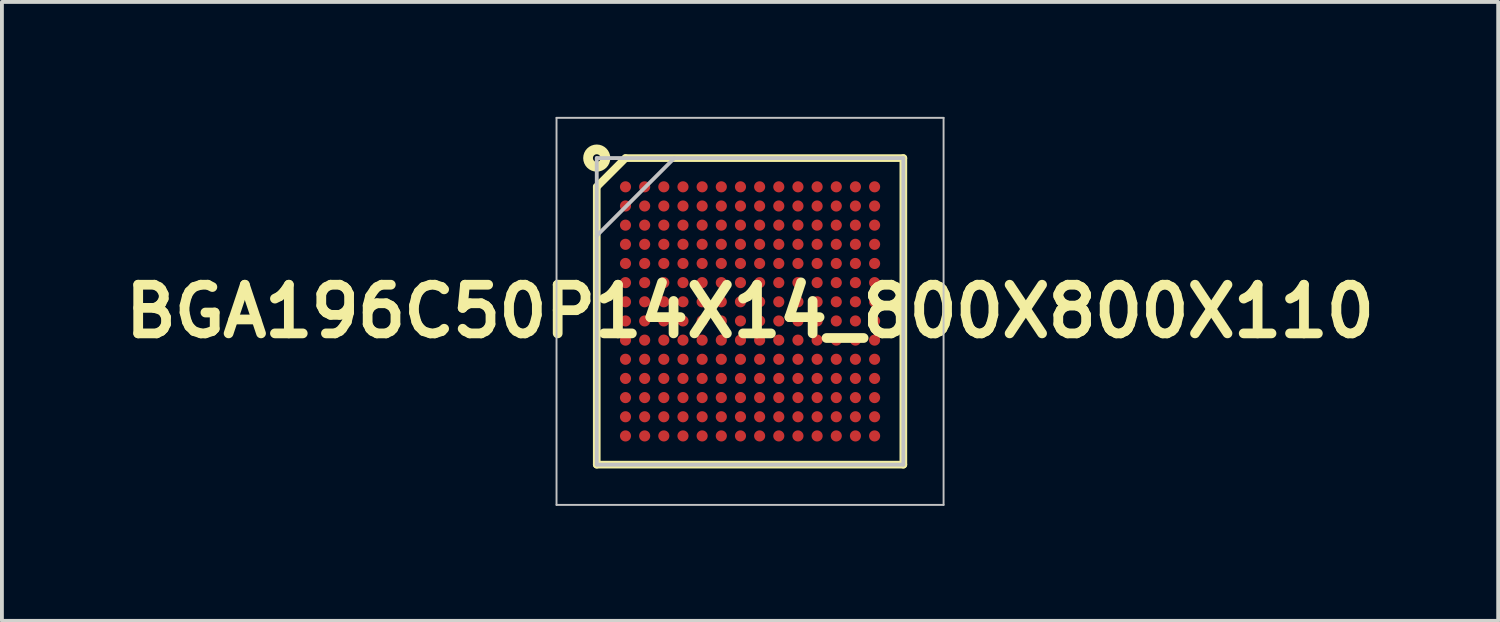
<source format=kicad_pcb>
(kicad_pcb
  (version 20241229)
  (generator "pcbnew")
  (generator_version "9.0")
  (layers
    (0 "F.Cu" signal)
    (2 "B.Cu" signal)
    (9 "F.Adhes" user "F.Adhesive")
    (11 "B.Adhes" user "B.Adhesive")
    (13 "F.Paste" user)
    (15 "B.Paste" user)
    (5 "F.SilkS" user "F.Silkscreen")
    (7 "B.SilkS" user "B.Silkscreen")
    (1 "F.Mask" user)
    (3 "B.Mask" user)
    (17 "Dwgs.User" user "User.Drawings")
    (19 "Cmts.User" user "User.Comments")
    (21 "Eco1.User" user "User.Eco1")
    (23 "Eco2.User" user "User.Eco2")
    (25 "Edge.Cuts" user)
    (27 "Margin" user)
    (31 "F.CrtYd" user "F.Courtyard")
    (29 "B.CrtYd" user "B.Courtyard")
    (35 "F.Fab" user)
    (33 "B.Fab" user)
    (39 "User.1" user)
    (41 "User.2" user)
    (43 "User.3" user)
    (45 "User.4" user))
  (footprint "BGA196C50P14X14_800X800X110"
    (layer "F.Cu")
    (at 16.522 5.075)
    (property "Reference" "BGA196C50P14X14_800X800X110" (at 0 0 0) (unlocked yes) (layer "F.SilkS") (effects (font (size 1.27 1.27) (thickness 0.254))))
    (attr smd)
    (fp_line (start -4 -3.25) (end -3.25 -4) (stroke (width 0.2) (type solid)) (layer "F.SilkS"))
    (fp_line (start -4 4) (end -4 -3.25) (stroke (width 0.2) (type solid)) (layer "F.SilkS"))
    (fp_line (start -3.25 -4) (end 4 -4) (stroke (width 0.2) (type solid)) (layer "F.SilkS"))
    (fp_line (start 4 -4) (end 4 4) (stroke (width 0.2) (type solid)) (layer "F.SilkS"))
    (fp_line (start 4 4) (end -4 4) (stroke (width 0.2) (type solid)) (layer "F.SilkS"))
    (fp_circle (center -4 -4) (end -3.9 -4) (stroke (width 0.254) (type solid)) (fill no) (layer "F.SilkS"))
    (fp_line (start -5.05 -5.05) (end 5.05 -5.05) (stroke (width 0.05) (type solid)) (layer "Dwgs.User"))
    (fp_line (start -5.05 5.05) (end -5.05 -5.05) (stroke (width 0.05) (type solid)) (layer "Dwgs.User"))
    (fp_line (start -4 -4) (end 4 -4) (stroke (width 0.1) (type solid)) (layer "Dwgs.User"))
    (fp_line (start -4 -1.975) (end -1.975 -4) (stroke (width 0.1) (type solid)) (layer "Dwgs.User"))
    (fp_line (start -4 4) (end -4 -4) (stroke (width 0.1) (type solid)) (layer "Dwgs.User"))
    (fp_line (start 4 -4) (end 4 4) (stroke (width 0.1) (type solid)) (layer "Dwgs.User"))
    (fp_line (start 4 4) (end -4 4) (stroke (width 0.1) (type solid)) (layer "Dwgs.User"))
    (fp_line (start 5.05 -5.05) (end 5.05 5.05) (stroke (width 0.05) (type solid)) (layer "Dwgs.User"))
    (fp_line (start 5.05 5.05) (end -5.05 5.05) (stroke (width 0.05) (type solid)) (layer "Dwgs.User"))
    (pad "A1" smd circle (at -3.25 -3.25 90) (size 0.29 0.29) (layers "F.Cu" "F.Mask" "F.Paste"))
    (pad "A2" smd circle (at -2.75 -3.25 90) (size 0.29 0.29) (layers "F.Cu" "F.Mask" "F.Paste"))
    (pad "A3" smd circle (at -2.25 -3.25 90) (size 0.29 0.29) (layers "F.Cu" "F.Mask" "F.Paste"))
    (pad "A4" smd circle (at -1.75 -3.25 90) (size 0.29 0.29) (layers "F.Cu" "F.Mask" "F.Paste"))
    (pad "A5" smd circle (at -1.25 -3.25 90) (size 0.29 0.29) (layers "F.Cu" "F.Mask" "F.Paste"))
    (pad "A6" smd circle (at -0.75 -3.25 90) (size 0.29 0.29) (layers "F.Cu" "F.Mask" "F.Paste"))
    (pad "A7" smd circle (at -0.25 -3.25 90) (size 0.29 0.29) (layers "F.Cu" "F.Mask" "F.Paste"))
    (pad "A8" smd circle (at 0.25 -3.25 90) (size 0.29 0.29) (layers "F.Cu" "F.Mask" "F.Paste"))
    (pad "A9" smd circle (at 0.75 -3.25 90) (size 0.29 0.29) (layers "F.Cu" "F.Mask" "F.Paste"))
    (pad "A10" smd circle (at 1.25 -3.25 90) (size 0.29 0.29) (layers "F.Cu" "F.Mask" "F.Paste"))
    (pad "A11" smd circle (at 1.75 -3.25 90) (size 0.29 0.29) (layers "F.Cu" "F.Mask" "F.Paste"))
    (pad "A12" smd circle (at 2.25 -3.25 90) (size 0.29 0.29) (layers "F.Cu" "F.Mask" "F.Paste"))
    (pad "A13" smd circle (at 2.75 -3.25 90) (size 0.29 0.29) (layers "F.Cu" "F.Mask" "F.Paste"))
    (pad "A14" smd circle (at 3.25 -3.25 90) (size 0.29 0.29) (layers "F.Cu" "F.Mask" "F.Paste"))
    (pad "B1" smd circle (at -3.25 -2.75 90) (size 0.29 0.29) (layers "F.Cu" "F.Mask" "F.Paste"))
    (pad "B2" smd circle (at -2.75 -2.75 90) (size 0.29 0.29) (layers "F.Cu" "F.Mask" "F.Paste"))
    (pad "B3" smd circle (at -2.25 -2.75 90) (size 0.29 0.29) (layers "F.Cu" "F.Mask" "F.Paste"))
    (pad "B4" smd circle (at -1.75 -2.75 90) (size 0.29 0.29) (layers "F.Cu" "F.Mask" "F.Paste"))
    (pad "B5" smd circle (at -1.25 -2.75 90) (size 0.29 0.29) (layers "F.Cu" "F.Mask" "F.Paste"))
    (pad "B6" smd circle (at -0.75 -2.75 90) (size 0.29 0.29) (layers "F.Cu" "F.Mask" "F.Paste"))
    (pad "B7" smd circle (at -0.25 -2.75 90) (size 0.29 0.29) (layers "F.Cu" "F.Mask" "F.Paste"))
    (pad "B8" smd circle (at 0.25 -2.75 90) (size 0.29 0.29) (layers "F.Cu" "F.Mask" "F.Paste"))
    (pad "B9" smd circle (at 0.75 -2.75 90) (size 0.29 0.29) (layers "F.Cu" "F.Mask" "F.Paste"))
    (pad "B10" smd circle (at 1.25 -2.75 90) (size 0.29 0.29) (layers "F.Cu" "F.Mask" "F.Paste"))
    (pad "B11" smd circle (at 1.75 -2.75 90) (size 0.29 0.29) (layers "F.Cu" "F.Mask" "F.Paste"))
    (pad "B12" smd circle (at 2.25 -2.75 90) (size 0.29 0.29) (layers "F.Cu" "F.Mask" "F.Paste"))
    (pad "B13" smd circle (at 2.75 -2.75 90) (size 0.29 0.29) (layers "F.Cu" "F.Mask" "F.Paste"))
    (pad "B14" smd circle (at 3.25 -2.75 90) (size 0.29 0.29) (layers "F.Cu" "F.Mask" "F.Paste"))
    (pad "C1" smd circle (at -3.25 -2.25 90) (size 0.29 0.29) (layers "F.Cu" "F.Mask" "F.Paste"))
    (pad "C2" smd circle (at -2.75 -2.25 90) (size 0.29 0.29) (layers "F.Cu" "F.Mask" "F.Paste"))
    (pad "C3" smd circle (at -2.25 -2.25 90) (size 0.29 0.29) (layers "F.Cu" "F.Mask" "F.Paste"))
    (pad "C4" smd circle (at -1.75 -2.25 90) (size 0.29 0.29) (layers "F.Cu" "F.Mask" "F.Paste"))
    (pad "C5" smd circle (at -1.25 -2.25 90) (size 0.29 0.29) (layers "F.Cu" "F.Mask" "F.Paste"))
    (pad "C6" smd circle (at -0.75 -2.25 90) (size 0.29 0.29) (layers "F.Cu" "F.Mask" "F.Paste"))
    (pad "C7" smd circle (at -0.25 -2.25 90) (size 0.29 0.29) (layers "F.Cu" "F.Mask" "F.Paste"))
    (pad "C8" smd circle (at 0.25 -2.25 90) (size 0.29 0.29) (layers "F.Cu" "F.Mask" "F.Paste"))
    (pad "C9" smd circle (at 0.75 -2.25 90) (size 0.29 0.29) (layers "F.Cu" "F.Mask" "F.Paste"))
    (pad "C10" smd circle (at 1.25 -2.25 90) (size 0.29 0.29) (layers "F.Cu" "F.Mask" "F.Paste"))
    (pad "C11" smd circle (at 1.75 -2.25 90) (size 0.29 0.29) (layers "F.Cu" "F.Mask" "F.Paste"))
    (pad "C12" smd circle (at 2.25 -2.25 90) (size 0.29 0.29) (layers "F.Cu" "F.Mask" "F.Paste"))
    (pad "C13" smd circle (at 2.75 -2.25 90) (size 0.29 0.29) (layers "F.Cu" "F.Mask" "F.Paste"))
    (pad "C14" smd circle (at 3.25 -2.25 90) (size 0.29 0.29) (layers "F.Cu" "F.Mask" "F.Paste"))
    (pad "D1" smd circle (at -3.25 -1.75 90) (size 0.29 0.29) (layers "F.Cu" "F.Mask" "F.Paste"))
    (pad "D2" smd circle (at -2.75 -1.75 90) (size 0.29 0.29) (layers "F.Cu" "F.Mask" "F.Paste"))
    (pad "D3" smd circle (at -2.25 -1.75 90) (size 0.29 0.29) (layers "F.Cu" "F.Mask" "F.Paste"))
    (pad "D4" smd circle (at -1.75 -1.75 90) (size 0.29 0.29) (layers "F.Cu" "F.Mask" "F.Paste"))
    (pad "D5" smd circle (at -1.25 -1.75 90) (size 0.29 0.29) (layers "F.Cu" "F.Mask" "F.Paste"))
    (pad "D6" smd circle (at -0.75 -1.75 90) (size 0.29 0.29) (layers "F.Cu" "F.Mask" "F.Paste"))
    (pad "D7" smd circle (at -0.25 -1.75 90) (size 0.29 0.29) (layers "F.Cu" "F.Mask" "F.Paste"))
    (pad "D8" smd circle (at 0.25 -1.75 90) (size 0.29 0.29) (layers "F.Cu" "F.Mask" "F.Paste"))
    (pad "D9" smd circle (at 0.75 -1.75 90) (size 0.29 0.29) (layers "F.Cu" "F.Mask" "F.Paste"))
    (pad "D10" smd circle (at 1.25 -1.75 90) (size 0.29 0.29) (layers "F.Cu" "F.Mask" "F.Paste"))
    (pad "D11" smd circle (at 1.75 -1.75 90) (size 0.29 0.29) (layers "F.Cu" "F.Mask" "F.Paste"))
    (pad "D12" smd circle (at 2.25 -1.75 90) (size 0.29 0.29) (layers "F.Cu" "F.Mask" "F.Paste"))
    (pad "D13" smd circle (at 2.75 -1.75 90) (size 0.29 0.29) (layers "F.Cu" "F.Mask" "F.Paste"))
    (pad "D14" smd circle (at 3.25 -1.75 90) (size 0.29 0.29) (layers "F.Cu" "F.Mask" "F.Paste"))
    (pad "E1" smd circle (at -3.25 -1.25 90) (size 0.29 0.29) (layers "F.Cu" "F.Mask" "F.Paste"))
    (pad "E2" smd circle (at -2.75 -1.25 90) (size 0.29 0.29) (layers "F.Cu" "F.Mask" "F.Paste"))
    (pad "E3" smd circle (at -2.25 -1.25 90) (size 0.29 0.29) (layers "F.Cu" "F.Mask" "F.Paste"))
    (pad "E4" smd circle (at -1.75 -1.25 90) (size 0.29 0.29) (layers "F.Cu" "F.Mask" "F.Paste"))
    (pad "E5" smd circle (at -1.25 -1.25 90) (size 0.29 0.29) (layers "F.Cu" "F.Mask" "F.Paste"))
    (pad "E6" smd circle (at -0.75 -1.25 90) (size 0.29 0.29) (layers "F.Cu" "F.Mask" "F.Paste"))
    (pad "E7" smd circle (at -0.25 -1.25 90) (size 0.29 0.29) (layers "F.Cu" "F.Mask" "F.Paste"))
    (pad "E8" smd circle (at 0.25 -1.25 90) (size 0.29 0.29) (layers "F.Cu" "F.Mask" "F.Paste"))
    (pad "E9" smd circle (at 0.75 -1.25 90) (size 0.29 0.29) (layers "F.Cu" "F.Mask" "F.Paste"))
    (pad "E10" smd circle (at 1.25 -1.25 90) (size 0.29 0.29) (layers "F.Cu" "F.Mask" "F.Paste"))
    (pad "E11" smd circle (at 1.75 -1.25 90) (size 0.29 0.29) (layers "F.Cu" "F.Mask" "F.Paste"))
    (pad "E12" smd circle (at 2.25 -1.25 90) (size 0.29 0.29) (layers "F.Cu" "F.Mask" "F.Paste"))
    (pad "E13" smd circle (at 2.75 -1.25 90) (size 0.29 0.29) (layers "F.Cu" "F.Mask" "F.Paste"))
    (pad "E14" smd circle (at 3.25 -1.25 90) (size 0.29 0.29) (layers "F.Cu" "F.Mask" "F.Paste"))
    (pad "F1" smd circle (at -3.25 -0.75 90) (size 0.29 0.29) (layers "F.Cu" "F.Mask" "F.Paste"))
    (pad "F2" smd circle (at -2.75 -0.75 90) (size 0.29 0.29) (layers "F.Cu" "F.Mask" "F.Paste"))
    (pad "F3" smd circle (at -2.25 -0.75 90) (size 0.29 0.29) (layers "F.Cu" "F.Mask" "F.Paste"))
    (pad "F4" smd circle (at -1.75 -0.75 90) (size 0.29 0.29) (layers "F.Cu" "F.Mask" "F.Paste"))
    (pad "F5" smd circle (at -1.25 -0.75 90) (size 0.29 0.29) (layers "F.Cu" "F.Mask" "F.Paste"))
    (pad "F6" smd circle (at -0.75 -0.75 90) (size 0.29 0.29) (layers "F.Cu" "F.Mask" "F.Paste"))
    (pad "F7" smd circle (at -0.25 -0.75 90) (size 0.29 0.29) (layers "F.Cu" "F.Mask" "F.Paste"))
    (pad "F8" smd circle (at 0.25 -0.75 90) (size 0.29 0.29) (layers "F.Cu" "F.Mask" "F.Paste"))
    (pad "F9" smd circle (at 0.75 -0.75 90) (size 0.29 0.29) (layers "F.Cu" "F.Mask" "F.Paste"))
    (pad "F10" smd circle (at 1.25 -0.75 90) (size 0.29 0.29) (layers "F.Cu" "F.Mask" "F.Paste"))
    (pad "F11" smd circle (at 1.75 -0.75 90) (size 0.29 0.29) (layers "F.Cu" "F.Mask" "F.Paste"))
    (pad "F12" smd circle (at 2.25 -0.75 90) (size 0.29 0.29) (layers "F.Cu" "F.Mask" "F.Paste"))
    (pad "F13" smd circle (at 2.75 -0.75 90) (size 0.29 0.29) (layers "F.Cu" "F.Mask" "F.Paste"))
    (pad "F14" smd circle (at 3.25 -0.75 90) (size 0.29 0.29) (layers "F.Cu" "F.Mask" "F.Paste"))
    (pad "G1" smd circle (at -3.25 -0.25 90) (size 0.29 0.29) (layers "F.Cu" "F.Mask" "F.Paste"))
    (pad "G2" smd circle (at -2.75 -0.25 90) (size 0.29 0.29) (layers "F.Cu" "F.Mask" "F.Paste"))
    (pad "G3" smd circle (at -2.25 -0.25 90) (size 0.29 0.29) (layers "F.Cu" "F.Mask" "F.Paste"))
    (pad "G4" smd circle (at -1.75 -0.25 90) (size 0.29 0.29) (layers "F.Cu" "F.Mask" "F.Paste"))
    (pad "G5" smd circle (at -1.25 -0.25 90) (size 0.29 0.29) (layers "F.Cu" "F.Mask" "F.Paste"))
    (pad "G6" smd circle (at -0.75 -0.25 90) (size 0.29 0.29) (layers "F.Cu" "F.Mask" "F.Paste"))
    (pad "G7" smd circle (at -0.25 -0.25 90) (size 0.29 0.29) (layers "F.Cu" "F.Mask" "F.Paste"))
    (pad "G8" smd circle (at 0.25 -0.25 90) (size 0.29 0.29) (layers "F.Cu" "F.Mask" "F.Paste"))
    (pad "G9" smd circle (at 0.75 -0.25 90) (size 0.29 0.29) (layers "F.Cu" "F.Mask" "F.Paste"))
    (pad "G10" smd circle (at 1.25 -0.25 90) (size 0.29 0.29) (layers "F.Cu" "F.Mask" "F.Paste"))
    (pad "G11" smd circle (at 1.75 -0.25 90) (size 0.29 0.29) (layers "F.Cu" "F.Mask" "F.Paste"))
    (pad "G12" smd circle (at 2.25 -0.25 90) (size 0.29 0.29) (layers "F.Cu" "F.Mask" "F.Paste"))
    (pad "G13" smd circle (at 2.75 -0.25 90) (size 0.29 0.29) (layers "F.Cu" "F.Mask" "F.Paste"))
    (pad "G14" smd circle (at 3.25 -0.25 90) (size 0.29 0.29) (layers "F.Cu" "F.Mask" "F.Paste"))
    (pad "H1" smd circle (at -3.25 0.25 90) (size 0.29 0.29) (layers "F.Cu" "F.Mask" "F.Paste"))
    (pad "H2" smd circle (at -2.75 0.25 90) (size 0.29 0.29) (layers "F.Cu" "F.Mask" "F.Paste"))
    (pad "H3" smd circle (at -2.25 0.25 90) (size 0.29 0.29) (layers "F.Cu" "F.Mask" "F.Paste"))
    (pad "H4" smd circle (at -1.75 0.25 90) (size 0.29 0.29) (layers "F.Cu" "F.Mask" "F.Paste"))
    (pad "H5" smd circle (at -1.25 0.25 90) (size 0.29 0.29) (layers "F.Cu" "F.Mask" "F.Paste"))
    (pad "H6" smd circle (at -0.75 0.25 90) (size 0.29 0.29) (layers "F.Cu" "F.Mask" "F.Paste"))
    (pad "H7" smd circle (at -0.25 0.25 90) (size 0.29 0.29) (layers "F.Cu" "F.Mask" "F.Paste"))
    (pad "H8" smd circle (at 0.25 0.25 90) (size 0.29 0.29) (layers "F.Cu" "F.Mask" "F.Paste"))
    (pad "H9" smd circle (at 0.75 0.25 90) (size 0.29 0.29) (layers "F.Cu" "F.Mask" "F.Paste"))
    (pad "H10" smd circle (at 1.25 0.25 90) (size 0.29 0.29) (layers "F.Cu" "F.Mask" "F.Paste"))
    (pad "H11" smd circle (at 1.75 0.25 90) (size 0.29 0.29) (layers "F.Cu" "F.Mask" "F.Paste"))
    (pad "H12" smd circle (at 2.25 0.25 90) (size 0.29 0.29) (layers "F.Cu" "F.Mask" "F.Paste"))
    (pad "H13" smd circle (at 2.75 0.25 90) (size 0.29 0.29) (layers "F.Cu" "F.Mask" "F.Paste"))
    (pad "H14" smd circle (at 3.25 0.25 90) (size 0.29 0.29) (layers "F.Cu" "F.Mask" "F.Paste"))
    (pad "J1" smd circle (at -3.25 0.75 90) (size 0.29 0.29) (layers "F.Cu" "F.Mask" "F.Paste"))
    (pad "J2" smd circle (at -2.75 0.75 90) (size 0.29 0.29) (layers "F.Cu" "F.Mask" "F.Paste"))
    (pad "J3" smd circle (at -2.25 0.75 90) (size 0.29 0.29) (layers "F.Cu" "F.Mask" "F.Paste"))
    (pad "J4" smd circle (at -1.75 0.75 90) (size 0.29 0.29) (layers "F.Cu" "F.Mask" "F.Paste"))
    (pad "J5" smd circle (at -1.25 0.75 90) (size 0.29 0.29) (layers "F.Cu" "F.Mask" "F.Paste"))
    (pad "J6" smd circle (at -0.75 0.75 90) (size 0.29 0.29) (layers "F.Cu" "F.Mask" "F.Paste"))
    (pad "J7" smd circle (at -0.25 0.75 90) (size 0.29 0.29) (layers "F.Cu" "F.Mask" "F.Paste"))
    (pad "J8" smd circle (at 0.25 0.75 90) (size 0.29 0.29) (layers "F.Cu" "F.Mask" "F.Paste"))
    (pad "J9" smd circle (at 0.75 0.75 90) (size 0.29 0.29) (layers "F.Cu" "F.Mask" "F.Paste"))
    (pad "J10" smd circle (at 1.25 0.75 90) (size 0.29 0.29) (layers "F.Cu" "F.Mask" "F.Paste"))
    (pad "J11" smd circle (at 1.75 0.75 90) (size 0.29 0.29) (layers "F.Cu" "F.Mask" "F.Paste"))
    (pad "J12" smd circle (at 2.25 0.75 90) (size 0.29 0.29) (layers "F.Cu" "F.Mask" "F.Paste"))
    (pad "J13" smd circle (at 2.75 0.75 90) (size 0.29 0.29) (layers "F.Cu" "F.Mask" "F.Paste"))
    (pad "J14" smd circle (at 3.25 0.75 90) (size 0.29 0.29) (layers "F.Cu" "F.Mask" "F.Paste"))
    (pad "K1" smd circle (at -3.25 1.25 90) (size 0.29 0.29) (layers "F.Cu" "F.Mask" "F.Paste"))
    (pad "K2" smd circle (at -2.75 1.25 90) (size 0.29 0.29) (layers "F.Cu" "F.Mask" "F.Paste"))
    (pad "K3" smd circle (at -2.25 1.25 90) (size 0.29 0.29) (layers "F.Cu" "F.Mask" "F.Paste"))
    (pad "K4" smd circle (at -1.75 1.25 90) (size 0.29 0.29) (layers "F.Cu" "F.Mask" "F.Paste"))
    (pad "K5" smd circle (at -1.25 1.25 90) (size 0.29 0.29) (layers "F.Cu" "F.Mask" "F.Paste"))
    (pad "K6" smd circle (at -0.75 1.25 90) (size 0.29 0.29) (layers "F.Cu" "F.Mask" "F.Paste"))
    (pad "K7" smd circle (at -0.25 1.25 90) (size 0.29 0.29) (layers "F.Cu" "F.Mask" "F.Paste"))
    (pad "K8" smd circle (at 0.25 1.25 90) (size 0.29 0.29) (layers "F.Cu" "F.Mask" "F.Paste"))
    (pad "K9" smd circle (at 0.75 1.25 90) (size 0.29 0.29) (layers "F.Cu" "F.Mask" "F.Paste"))
    (pad "K10" smd circle (at 1.25 1.25 90) (size 0.29 0.29) (layers "F.Cu" "F.Mask" "F.Paste"))
    (pad "K11" smd circle (at 1.75 1.25 90) (size 0.29 0.29) (layers "F.Cu" "F.Mask" "F.Paste"))
    (pad "K12" smd circle (at 2.25 1.25 90) (size 0.29 0.29) (layers "F.Cu" "F.Mask" "F.Paste"))
    (pad "K13" smd circle (at 2.75 1.25 90) (size 0.29 0.29) (layers "F.Cu" "F.Mask" "F.Paste"))
    (pad "K14" smd circle (at 3.25 1.25 90) (size 0.29 0.29) (layers "F.Cu" "F.Mask" "F.Paste"))
    (pad "L1" smd circle (at -3.25 1.75 90) (size 0.29 0.29) (layers "F.Cu" "F.Mask" "F.Paste"))
    (pad "L2" smd circle (at -2.75 1.75 90) (size 0.29 0.29) (layers "F.Cu" "F.Mask" "F.Paste"))
    (pad "L3" smd circle (at -2.25 1.75 90) (size 0.29 0.29) (layers "F.Cu" "F.Mask" "F.Paste"))
    (pad "L4" smd circle (at -1.75 1.75 90) (size 0.29 0.29) (layers "F.Cu" "F.Mask" "F.Paste"))
    (pad "L5" smd circle (at -1.25 1.75 90) (size 0.29 0.29) (layers "F.Cu" "F.Mask" "F.Paste"))
    (pad "L6" smd circle (at -0.75 1.75 90) (size 0.29 0.29) (layers "F.Cu" "F.Mask" "F.Paste"))
    (pad "L7" smd circle (at -0.25 1.75 90) (size 0.29 0.29) (layers "F.Cu" "F.Mask" "F.Paste"))
    (pad "L8" smd circle (at 0.25 1.75 90) (size 0.29 0.29) (layers "F.Cu" "F.Mask" "F.Paste"))
    (pad "L9" smd circle (at 0.75 1.75 90) (size 0.29 0.29) (layers "F.Cu" "F.Mask" "F.Paste"))
    (pad "L10" smd circle (at 1.25 1.75 90) (size 0.29 0.29) (layers "F.Cu" "F.Mask" "F.Paste"))
    (pad "L11" smd circle (at 1.75 1.75 90) (size 0.29 0.29) (layers "F.Cu" "F.Mask" "F.Paste"))
    (pad "L12" smd circle (at 2.25 1.75 90) (size 0.29 0.29) (layers "F.Cu" "F.Mask" "F.Paste"))
    (pad "L13" smd circle (at 2.75 1.75 90) (size 0.29 0.29) (layers "F.Cu" "F.Mask" "F.Paste"))
    (pad "L14" smd circle (at 3.25 1.75 90) (size 0.29 0.29) (layers "F.Cu" "F.Mask" "F.Paste"))
    (pad "M1" smd circle (at -3.25 2.25 90) (size 0.29 0.29) (layers "F.Cu" "F.Mask" "F.Paste"))
    (pad "M2" smd circle (at -2.75 2.25 90) (size 0.29 0.29) (layers "F.Cu" "F.Mask" "F.Paste"))
    (pad "M3" smd circle (at -2.25 2.25 90) (size 0.29 0.29) (layers "F.Cu" "F.Mask" "F.Paste"))
    (pad "M4" smd circle (at -1.75 2.25 90) (size 0.29 0.29) (layers "F.Cu" "F.Mask" "F.Paste"))
    (pad "M5" smd circle (at -1.25 2.25 90) (size 0.29 0.29) (layers "F.Cu" "F.Mask" "F.Paste"))
    (pad "M6" smd circle (at -0.75 2.25 90) (size 0.29 0.29) (layers "F.Cu" "F.Mask" "F.Paste"))
    (pad "M7" smd circle (at -0.25 2.25 90) (size 0.29 0.29) (layers "F.Cu" "F.Mask" "F.Paste"))
    (pad "M8" smd circle (at 0.25 2.25 90) (size 0.29 0.29) (layers "F.Cu" "F.Mask" "F.Paste"))
    (pad "M9" smd circle (at 0.75 2.25 90) (size 0.29 0.29) (layers "F.Cu" "F.Mask" "F.Paste"))
    (pad "M10" smd circle (at 1.25 2.25 90) (size 0.29 0.29) (layers "F.Cu" "F.Mask" "F.Paste"))
    (pad "M11" smd circle (at 1.75 2.25 90) (size 0.29 0.29) (layers "F.Cu" "F.Mask" "F.Paste"))
    (pad "M12" smd circle (at 2.25 2.25 90) (size 0.29 0.29) (layers "F.Cu" "F.Mask" "F.Paste"))
    (pad "M13" smd circle (at 2.75 2.25 90) (size 0.29 0.29) (layers "F.Cu" "F.Mask" "F.Paste"))
    (pad "M14" smd circle (at 3.25 2.25 90) (size 0.29 0.29) (layers "F.Cu" "F.Mask" "F.Paste"))
    (pad "N1" smd circle (at -3.25 2.75 90) (size 0.29 0.29) (layers "F.Cu" "F.Mask" "F.Paste"))
    (pad "N2" smd circle (at -2.75 2.75 90) (size 0.29 0.29) (layers "F.Cu" "F.Mask" "F.Paste"))
    (pad "N3" smd circle (at -2.25 2.75 90) (size 0.29 0.29) (layers "F.Cu" "F.Mask" "F.Paste"))
    (pad "N4" smd circle (at -1.75 2.75 90) (size 0.29 0.29) (layers "F.Cu" "F.Mask" "F.Paste"))
    (pad "N5" smd circle (at -1.25 2.75 90) (size 0.29 0.29) (layers "F.Cu" "F.Mask" "F.Paste"))
    (pad "N6" smd circle (at -0.75 2.75 90) (size 0.29 0.29) (layers "F.Cu" "F.Mask" "F.Paste"))
    (pad "N7" smd circle (at -0.25 2.75 90) (size 0.29 0.29) (layers "F.Cu" "F.Mask" "F.Paste"))
    (pad "N8" smd circle (at 0.25 2.75 90) (size 0.29 0.29) (layers "F.Cu" "F.Mask" "F.Paste"))
    (pad "N9" smd circle (at 0.75 2.75 90) (size 0.29 0.29) (layers "F.Cu" "F.Mask" "F.Paste"))
    (pad "N10" smd circle (at 1.25 2.75 90) (size 0.29 0.29) (layers "F.Cu" "F.Mask" "F.Paste"))
    (pad "N11" smd circle (at 1.75 2.75 90) (size 0.29 0.29) (layers "F.Cu" "F.Mask" "F.Paste"))
    (pad "N12" smd circle (at 2.25 2.75 90) (size 0.29 0.29) (layers "F.Cu" "F.Mask" "F.Paste"))
    (pad "N13" smd circle (at 2.75 2.75 90) (size 0.29 0.29) (layers "F.Cu" "F.Mask" "F.Paste"))
    (pad "N14" smd circle (at 3.25 2.75 90) (size 0.29 0.29) (layers "F.Cu" "F.Mask" "F.Paste"))
    (pad "P1" smd circle (at -3.25 3.25 90) (size 0.29 0.29) (layers "F.Cu" "F.Mask" "F.Paste"))
    (pad "P2" smd circle (at -2.75 3.25 90) (size 0.29 0.29) (layers "F.Cu" "F.Mask" "F.Paste"))
    (pad "P3" smd circle (at -2.25 3.25 90) (size 0.29 0.29) (layers "F.Cu" "F.Mask" "F.Paste"))
    (pad "P4" smd circle (at -1.75 3.25 90) (size 0.29 0.29) (layers "F.Cu" "F.Mask" "F.Paste"))
    (pad "P5" smd circle (at -1.25 3.25 90) (size 0.29 0.29) (layers "F.Cu" "F.Mask" "F.Paste"))
    (pad "P6" smd circle (at -0.75 3.25 90) (size 0.29 0.29) (layers "F.Cu" "F.Mask" "F.Paste"))
    (pad "P7" smd circle (at -0.25 3.25 90) (size 0.29 0.29) (layers "F.Cu" "F.Mask" "F.Paste"))
    (pad "P8" smd circle (at 0.25 3.25 90) (size 0.29 0.29) (layers "F.Cu" "F.Mask" "F.Paste"))
    (pad "P9" smd circle (at 0.75 3.25 90) (size 0.29 0.29) (layers "F.Cu" "F.Mask" "F.Paste"))
    (pad "P10" smd circle (at 1.25 3.25 90) (size 0.29 0.29) (layers "F.Cu" "F.Mask" "F.Paste"))
    (pad "P11" smd circle (at 1.75 3.25 90) (size 0.29 0.29) (layers "F.Cu" "F.Mask" "F.Paste"))
    (pad "P12" smd circle (at 2.25 3.25 90) (size 0.29 0.29) (layers "F.Cu" "F.Mask" "F.Paste"))
    (pad "P13" smd circle (at 2.75 3.25 90) (size 0.29 0.29) (layers "F.Cu" "F.Mask" "F.Paste"))
    (pad "P14" smd circle (at 3.25 3.25 90) (size 0.29 0.29) (layers "F.Cu" "F.Mask" "F.Paste")))
  (gr_rect
    (start -3 -3)
    (end 36.044 13.15)
    (stroke (width 0.1) (type default))
    (fill no)
    (layer "Edge.Cuts")))
</source>
